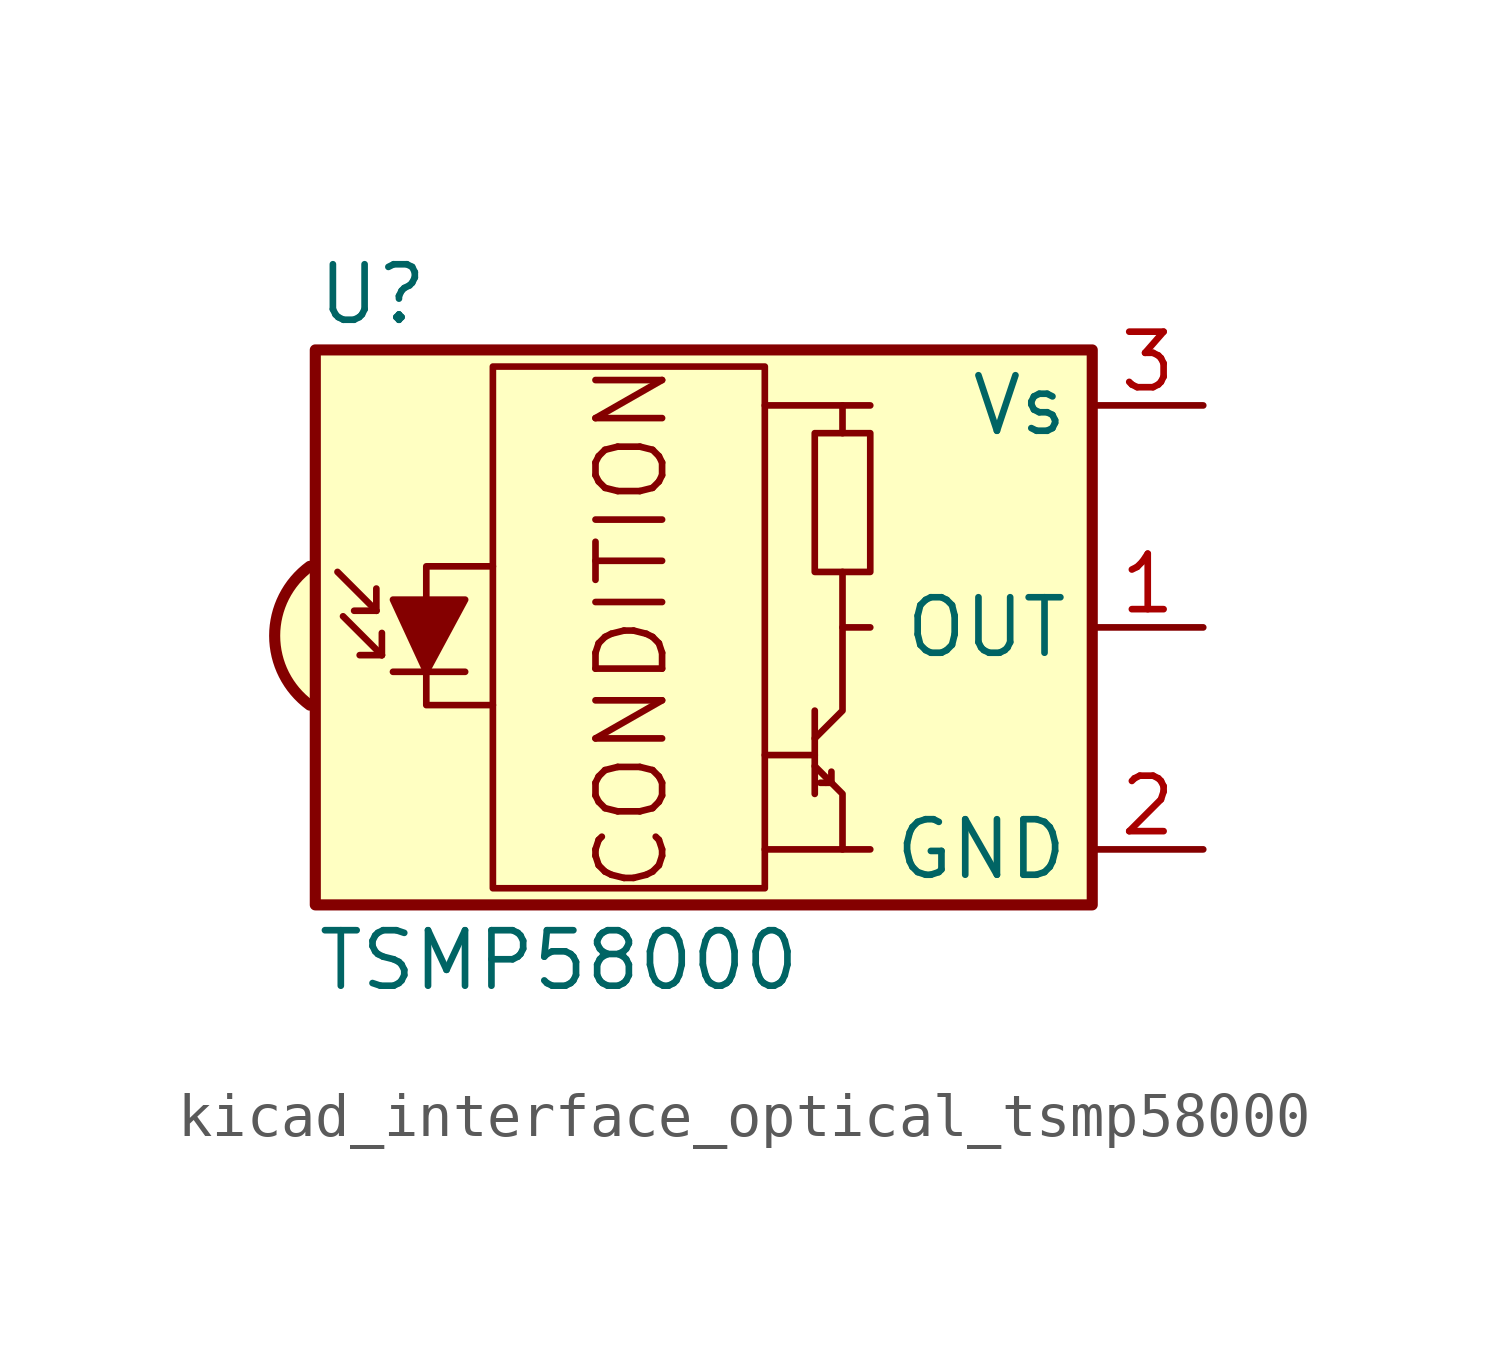
<source format=kicad_sym>
(kicad_symbol_lib
  (version 20220914)
  (generator kicad_symbol_editor)
  (symbol "kicad_interface_optical_tsmp58000"
    (property "Reference" "U"
      (at -10.16 7.62 0)
      (effects (font (size 1.27 1.27)) (justify left)))
    (property "Value" "TSMP58000"
      (at -10.16 -7.62 0)
      (effects (font (size 1.27 1.27)) (justify left)))
    (symbol "kicad_interface_optical_tsmp58000_0_0"
      (arc (start -10.287 1.397) (mid -11.0899 -0.1852) (end -10.287 -1.778) (stroke (width 0.254) (type default)) (fill (type background)))
      (polyline (pts (xy 1.905 -5.08) (xy 0.127 -5.08)) (stroke (width 0) (type default)) (fill (type none)))
      (polyline (pts (xy 1.905 5.08) (xy 0.127 5.08)) (stroke (width 0) (type default)) (fill (type none)))
      (text "CONDITION" (at -2.921 0 900) (effects (font (size 1.524 1.524)))))
    (symbol "kicad_interface_optical_tsmp58000_0_1"
      (rectangle (start -6.096 5.969) (end 0.127 -5.969) (stroke (width 0) (type default)) (fill (type none)))
      (polyline (pts (xy -8.763 0.381) (xy -9.652 1.27)) (stroke (width 0) (type default)) (fill (type none)))
      (polyline (pts (xy -8.763 0.381) (xy -9.271 0.381)) (stroke (width 0) (type default)) (fill (type none)))
      (polyline (pts (xy -8.763 0.381) (xy -8.763 0.889)) (stroke (width 0) (type default)) (fill (type none)))
      (polyline (pts (xy -8.636 -0.635) (xy -9.525 0.254)) (stroke (width 0) (type default)) (fill (type none)))
      (polyline (pts (xy -8.636 -0.635) (xy -9.144 -0.635)) (stroke (width 0) (type default)) (fill (type none)))
      (polyline (pts (xy -8.636 -0.635) (xy -8.636 -0.127)) (stroke (width 0) (type default)) (fill (type none)))
      (polyline (pts (xy -8.382 -1.016) (xy -6.731 -1.016)) (stroke (width 0) (type default)) (fill (type none)))
      (polyline (pts (xy 1.27 -2.921) (xy 0.127 -2.921)) (stroke (width 0) (type default)) (fill (type none)))
      (polyline (pts (xy 1.27 -1.905) (xy 1.27 -3.81)) (stroke (width 0) (type default)) (fill (type none)))
      (polyline (pts (xy 1.397 -3.556) (xy 1.524 -3.556)) (stroke (width 0) (type default)) (fill (type none)))
      (polyline (pts (xy 1.651 -3.556) (xy 1.524 -3.556)) (stroke (width 0) (type default)) (fill (type none)))
      (polyline (pts (xy 1.651 -3.556) (xy 1.651 -3.302)) (stroke (width 0) (type default)) (fill (type none)))
      (polyline (pts (xy 1.905 0) (xy 1.905 1.27)) (stroke (width 0) (type default)) (fill (type none)))
      (polyline (pts (xy 1.905 4.445) (xy 1.905 5.08) (xy 2.54 5.08)) (stroke (width 0) (type default)) (fill (type none)))
      (polyline (pts (xy -8.382 0.635) (xy -6.731 0.635) (xy -7.62 -1.016) (xy -8.382 0.635)) (stroke (width 0) (type default)) (fill (type outline)))
      (polyline (pts (xy -6.096 1.397) (xy -7.62 1.397) (xy -7.62 -1.778) (xy -6.096 -1.778)) (stroke (width 0) (type default)) (fill (type none)))
      (polyline (pts (xy 1.27 -3.175) (xy 1.905 -3.81) (xy 1.905 -5.08) (xy 2.54 -5.08)) (stroke (width 0) (type default)) (fill (type none)))
      (polyline (pts (xy 1.27 -2.54) (xy 1.905 -1.905) (xy 1.905 0) (xy 2.54 0)) (stroke (width 0) (type default)) (fill (type none)))
      (rectangle (start 2.54 1.27) (end 1.27 4.445) (stroke (width 0) (type default)) (fill (type none)))
      (rectangle (start 7.62 6.35) (end -10.16 -6.35) (stroke (width 0.254) (type default)) (fill (type background))))
    (symbol "kicad_interface_optical_tsmp58000_1_1"
      (pin output line (at 10.16 0 180) (length 2.54) (name "OUT" (effects (font (size 1.27 1.27)))) (number "1" (effects (font (size 1.27 1.27)))))
      (pin power_in line (at 10.16 -5.08 180) (length 2.54) (name "GND" (effects (font (size 1.27 1.27)))) (number "2" (effects (font (size 1.27 1.27)))))
      (pin power_in line (at 10.16 5.08 180) (length 2.54) (name "Vs" (effects (font (size 1.27 1.27)))) (number "3" (effects (font (size 1.27 1.27))))))))
</source>
